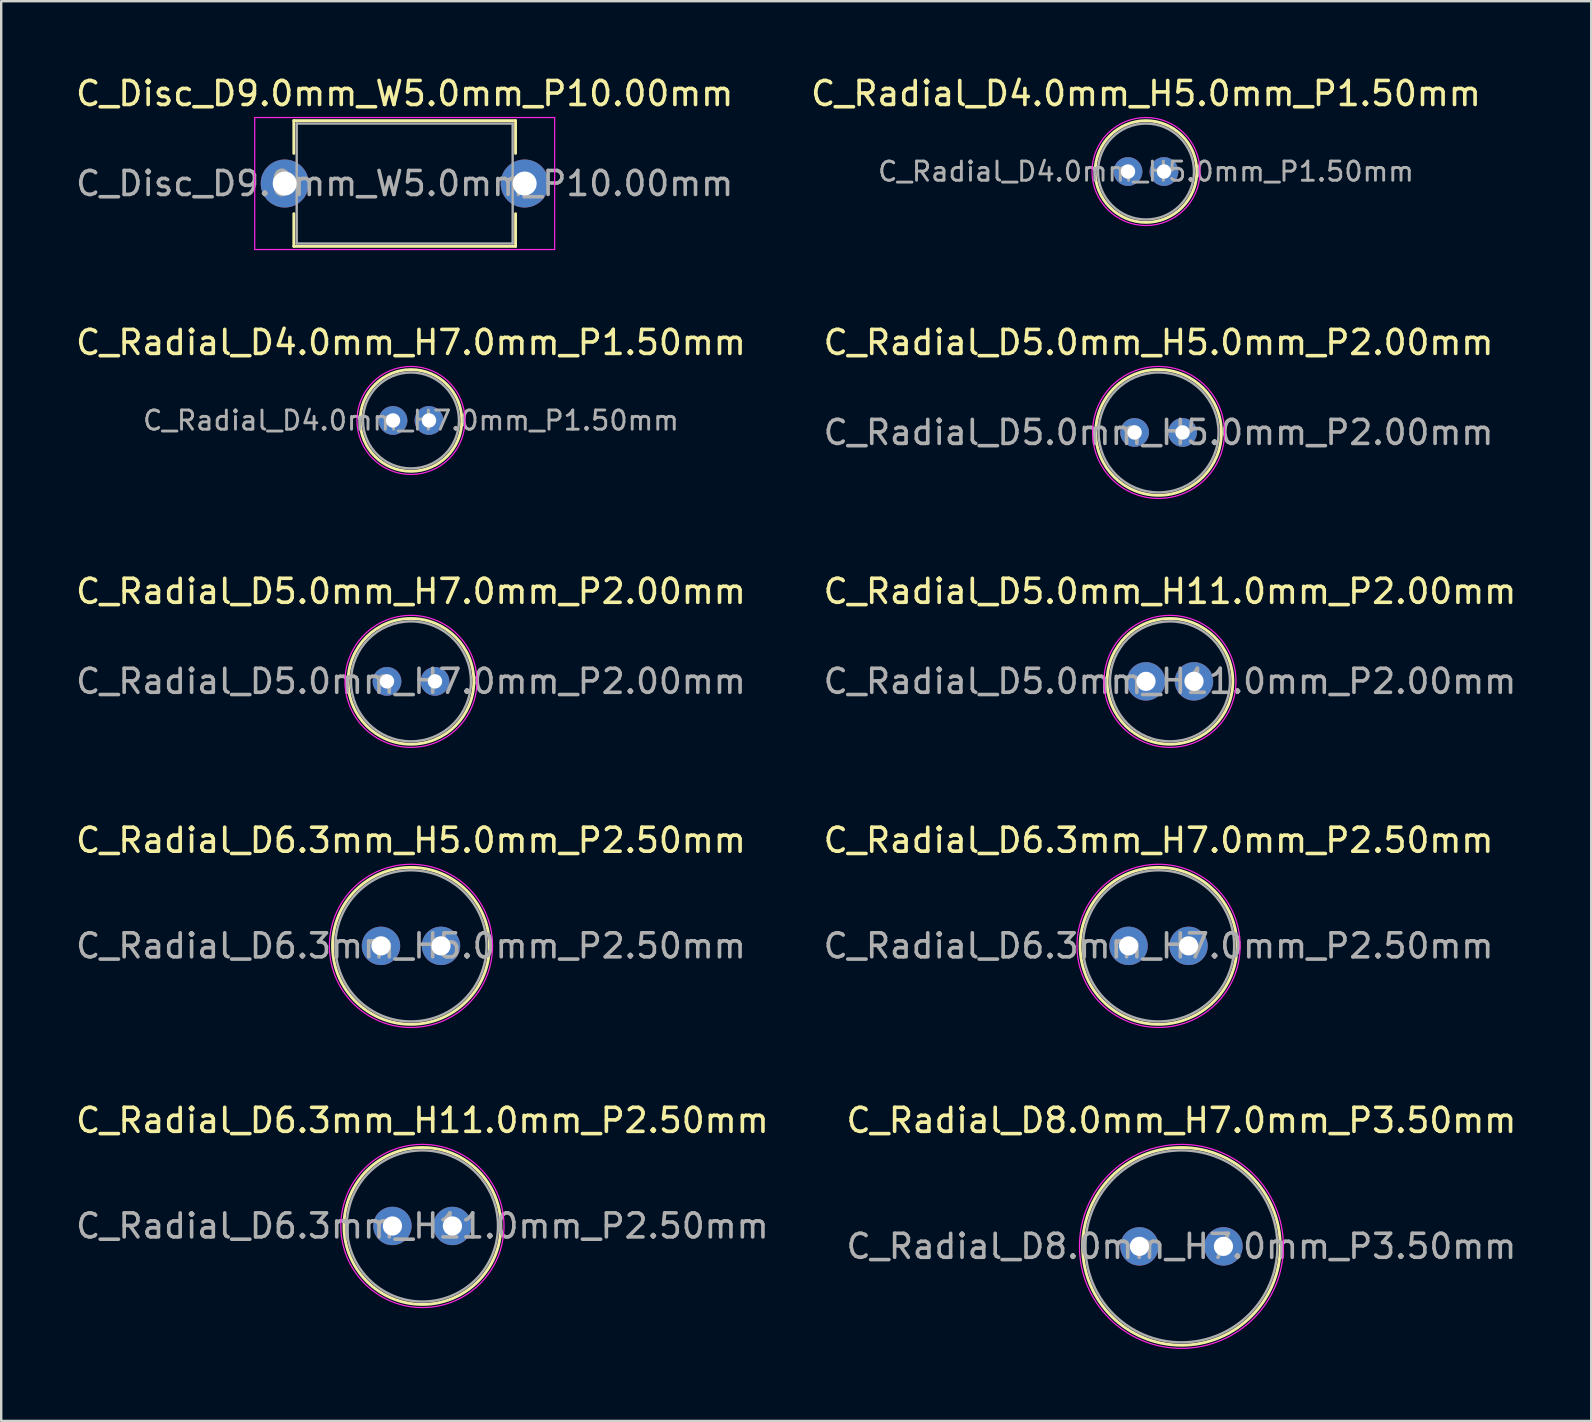
<source format=kicad_pcb>
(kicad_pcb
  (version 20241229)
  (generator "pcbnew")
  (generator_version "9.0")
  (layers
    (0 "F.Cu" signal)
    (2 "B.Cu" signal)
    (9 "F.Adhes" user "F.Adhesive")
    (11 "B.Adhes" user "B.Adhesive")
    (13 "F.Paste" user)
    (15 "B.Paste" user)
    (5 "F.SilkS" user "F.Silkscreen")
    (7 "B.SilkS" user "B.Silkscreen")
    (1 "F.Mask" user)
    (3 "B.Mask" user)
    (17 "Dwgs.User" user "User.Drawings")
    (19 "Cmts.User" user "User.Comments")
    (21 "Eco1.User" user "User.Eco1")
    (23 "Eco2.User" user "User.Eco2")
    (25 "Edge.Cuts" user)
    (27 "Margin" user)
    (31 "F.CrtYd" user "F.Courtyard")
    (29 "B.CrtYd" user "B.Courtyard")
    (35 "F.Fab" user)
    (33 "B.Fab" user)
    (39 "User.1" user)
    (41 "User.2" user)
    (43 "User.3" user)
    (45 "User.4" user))
  (footprint "C_Radial_D6.3mm_H11.0mm_P2.50mm"
    (layer "F.Cu")
    (at 13.304 48.041)
    (property "Reference" "C_Radial_D6.3mm_H11.0mm_P2.50mm" (at 1.25 -4.4 0) (layer "F.SilkS") (effects (font (size 1 1) (thickness 0.15))))
    (attr through_hole)
    (fp_circle (center 1.25 0) (end 4.52 0) (stroke (width 0.12) (type solid)) (fill no) (layer "F.SilkS"))
    (fp_circle (center 1.25 0) (end 4.65 0) (stroke (width 0.05) (type solid)) (fill no) (layer "F.CrtYd"))
    (fp_circle (center 1.25 0) (end 4.4 0) (stroke (width 0.1) (type solid)) (fill no) (layer "F.Fab"))
    (fp_text user "${REFERENCE}" (at 1.25 0 0) (layer "F.Fab") (effects (font (size 1 1) (thickness 0.15))))
    (pad "1" thru_hole circle (at 0 0) (size 1.6 1.6) (drill 0.8) (layers "*.Cu" "*.Mask"))
    (pad "2" thru_hole circle (at 2.5 0) (size 1.6 1.6) (drill 0.8) (layers "*.Cu" "*.Mask")))
  (footprint "C_Radial_D6.3mm_H5.0mm_P2.50mm"
    (layer "F.Cu")
    (at 12.827 36.368)
    (property "Reference" "C_Radial_D6.3mm_H5.0mm_P2.50mm" (at 1.25 -4.4 0) (layer "F.SilkS") (effects (font (size 1 1) (thickness 0.15))))
    (attr through_hole)
    (fp_circle (center 1.25 0) (end 4.52 0) (stroke (width 0.12) (type solid)) (fill no) (layer "F.SilkS"))
    (fp_circle (center 1.25 0) (end 4.65 0) (stroke (width 0.05) (type solid)) (fill no) (layer "F.CrtYd"))
    (fp_circle (center 1.25 0) (end 4.4 0) (stroke (width 0.1) (type solid)) (fill no) (layer "F.Fab"))
    (fp_text user "${REFERENCE}" (at 1.25 0 0) (layer "F.Fab") (effects (font (size 1 1) (thickness 0.15))))
    (pad "1" thru_hole circle (at 0 0) (size 1.6 1.6) (drill 0.8) (layers "*.Cu" "*.Mask"))
    (pad "2" thru_hole circle (at 2.5 0) (size 1.6 1.6) (drill 0.8) (layers "*.Cu" "*.Mask")))
  (footprint "C_Radial_D5.0mm_H7.0mm_P2.00mm"
    (layer "F.Cu")
    (at 13.077 25.345)
    (property "Reference" "C_Radial_D5.0mm_H7.0mm_P2.00mm" (at 1 -3.75 0) (layer "F.SilkS") (effects (font (size 1 1) (thickness 0.15))))
    (attr through_hole)
    (fp_circle (center 1 0) (end 3.62 0) (stroke (width 0.12) (type solid)) (fill no) (layer "F.SilkS"))
    (fp_circle (center 1 0) (end 3.75 0) (stroke (width 0.05) (type solid)) (fill no) (layer "F.CrtYd"))
    (fp_circle (center 1 0) (end 3.5 0) (stroke (width 0.1) (type solid)) (fill no) (layer "F.Fab"))
    (fp_text user "${REFERENCE}" (at 1 0 0) (layer "F.Fab") (effects (font (size 1 1) (thickness 0.15))))
    (pad "1" thru_hole circle (at 0 0) (size 1.2 1.2) (drill 0.6) (layers "*.Cu" "*.Mask"))
    (pad "2" thru_hole circle (at 2 0) (size 1.2 1.2) (drill 0.6) (layers "*.Cu" "*.Mask")))
  (footprint "C_Radial_D6.3mm_H7.0mm_P2.50mm"
    (layer "F.Cu")
    (at 43.982 36.368)
    (property "Reference" "C_Radial_D6.3mm_H7.0mm_P2.50mm" (at 1.25 -4.4 0) (layer "F.SilkS") (effects (font (size 1 1) (thickness 0.15))))
    (attr through_hole)
    (fp_circle (center 1.25 0) (end 4.52 0) (stroke (width 0.12) (type solid)) (fill no) (layer "F.SilkS"))
    (fp_circle (center 1.25 0) (end 4.65 0) (stroke (width 0.05) (type solid)) (fill no) (layer "F.CrtYd"))
    (fp_circle (center 1.25 0) (end 4.4 0) (stroke (width 0.1) (type solid)) (fill no) (layer "F.Fab"))
    (fp_text user "${REFERENCE}" (at 1.25 0 0) (layer "F.Fab") (effects (font (size 1 1) (thickness 0.15))))
    (pad "1" thru_hole circle (at 0 0) (size 1.6 1.6) (drill 0.8) (layers "*.Cu" "*.Mask"))
    (pad "2" thru_hole circle (at 2.5 0) (size 1.6 1.6) (drill 0.8) (layers "*.Cu" "*.Mask")))
  (footprint "C_Radial_D4.0mm_H5.0mm_P1.50mm"
    (layer "F.Cu")
    (at 43.958 4.098)
    (property "Reference" "C_Radial_D4.0mm_H5.0mm_P1.50mm" (at 0.75 -3.25 0) (layer "F.SilkS") (effects (font (size 1 1) (thickness 0.15))))
    (attr through_hole)
    (fp_circle (center 0.75 0) (end 2.87 0) (stroke (width 0.12) (type solid)) (fill no) (layer "F.SilkS"))
    (fp_circle (center 0.75 0) (end 3 0) (stroke (width 0.05) (type solid)) (fill no) (layer "F.CrtYd"))
    (fp_circle (center 0.75 0) (end 2.75 0) (stroke (width 0.1) (type solid)) (fill no) (layer "F.Fab"))
    (fp_text user "${REFERENCE}" (at 0.75 0 0) (layer "F.Fab") (effects (font (size 0.8 0.8) (thickness 0.12))))
    (pad "1" thru_hole circle (at 0 0) (size 1.2 1.2) (drill 0.6) (layers "*.Cu" "*.Mask"))
    (pad "2" thru_hole circle (at 1.5 0) (size 1.2 1.2) (drill 0.6) (layers "*.Cu" "*.Mask")))
  (footprint "C_Radial_D4.0mm_H7.0mm_P1.50mm"
    (layer "F.Cu")
    (at 13.327 14.472)
    (property "Reference" "C_Radial_D4.0mm_H7.0mm_P1.50mm" (at 0.75 -3.25 0) (layer "F.SilkS") (effects (font (size 1 1) (thickness 0.15))))
    (attr through_hole)
    (fp_circle (center 0.75 0) (end 2.87 0) (stroke (width 0.12) (type solid)) (fill no) (layer "F.SilkS"))
    (fp_circle (center 0.75 0) (end 3 0) (stroke (width 0.05) (type solid)) (fill no) (layer "F.CrtYd"))
    (fp_circle (center 0.75 0) (end 2.75 0) (stroke (width 0.1) (type solid)) (fill no) (layer "F.Fab"))
    (fp_text user "${REFERENCE}" (at 0.75 0 0) (layer "F.Fab") (effects (font (size 0.8 0.8) (thickness 0.12))))
    (pad "1" thru_hole circle (at 0 0) (size 1.2 1.2) (drill 0.6) (layers "*.Cu" "*.Mask"))
    (pad "2" thru_hole circle (at 1.5 0) (size 1.2 1.2) (drill 0.6) (layers "*.Cu" "*.Mask")))
  (footprint "C_Disc_D9.0mm_W5.0mm_P10.00mm"
    (layer "F.Cu")
    (at 8.815 4.598)
    (property "Reference" "C_Disc_D9.0mm_W5.0mm_P10.00mm" (at 5 -3.75 0) (layer "F.SilkS") (effects (font (size 1 1) (thickness 0.15))))
    (attr through_hole)
    (fp_line (start 0.38 -2.62) (end 0.38 -1.256) (stroke (width 0.12) (type solid)) (layer "F.SilkS"))
    (fp_line (start 0.38 -2.62) (end 9.62 -2.62) (stroke (width 0.12) (type solid)) (layer "F.SilkS"))
    (fp_line (start 0.38 1.256) (end 0.38 2.62) (stroke (width 0.12) (type solid)) (layer "F.SilkS"))
    (fp_line (start 0.38 2.62) (end 9.62 2.62) (stroke (width 0.12) (type solid)) (layer "F.SilkS"))
    (fp_line (start 9.62 -2.62) (end 9.62 -1.256) (stroke (width 0.12) (type solid)) (layer "F.SilkS"))
    (fp_line (start 9.62 1.256) (end 9.62 2.62) (stroke (width 0.12) (type solid)) (layer "F.SilkS"))
    (fp_line (start -1.25 -2.75) (end -1.25 2.75) (stroke (width 0.05) (type solid)) (layer "F.CrtYd"))
    (fp_line (start -1.25 2.75) (end 11.25 2.75) (stroke (width 0.05) (type solid)) (layer "F.CrtYd"))
    (fp_line (start 11.25 -2.75) (end -1.25 -2.75) (stroke (width 0.05) (type solid)) (layer "F.CrtYd"))
    (fp_line (start 11.25 2.75) (end 11.25 -2.75) (stroke (width 0.05) (type solid)) (layer "F.CrtYd"))
    (fp_line (start 0.5 -2.5) (end 0.5 2.5) (stroke (width 0.1) (type solid)) (layer "F.Fab"))
    (fp_line (start 0.5 2.5) (end 9.5 2.5) (stroke (width 0.1) (type solid)) (layer "F.Fab"))
    (fp_line (start 9.5 -2.5) (end 0.5 -2.5) (stroke (width 0.1) (type solid)) (layer "F.Fab"))
    (fp_line (start 9.5 2.5) (end 9.5 -2.5) (stroke (width 0.1) (type solid)) (layer "F.Fab"))
    (fp_text user "${REFERENCE}" (at 5 0 0) (layer "F.Fab") (effects (font (size 1 1) (thickness 0.15))))
    (pad "1" thru_hole circle (at 0 0) (size 2 2) (drill 1) (layers "*.Cu" "*.Mask"))
    (pad "2" thru_hole circle (at 10 0) (size 2 2) (drill 1) (layers "*.Cu" "*.Mask")))
  (footprint "C_Radial_D5.0mm_H11.0mm_P2.00mm"
    (layer "F.Cu")
    (at 44.708 25.345)
    (property "Reference" "C_Radial_D5.0mm_H11.0mm_P2.00mm" (at 1 -3.75 0) (layer "F.SilkS") (effects (font (size 1 1) (thickness 0.15))))
    (attr through_hole)
    (fp_circle (center 1 0) (end 3.62 0) (stroke (width 0.12) (type solid)) (fill no) (layer "F.SilkS"))
    (fp_circle (center 1 0) (end 3.75 0) (stroke (width 0.05) (type solid)) (fill no) (layer "F.CrtYd"))
    (fp_circle (center 1 0) (end 3.5 0) (stroke (width 0.1) (type solid)) (fill no) (layer "F.Fab"))
    (fp_text user "${REFERENCE}" (at 1 0 0) (layer "F.Fab") (effects (font (size 1 1) (thickness 0.15))))
    (pad "1" thru_hole circle (at 0 0) (size 1.6 1.6) (drill 0.8) (layers "*.Cu" "*.Mask"))
    (pad "2" thru_hole circle (at 2 0) (size 1.6 1.6) (drill 0.8) (layers "*.Cu" "*.Mask")))
  (footprint "C_Radial_D5.0mm_H5.0mm_P2.00mm"
    (layer "F.Cu")
    (at 44.232 14.972)
    (property "Reference" "C_Radial_D5.0mm_H5.0mm_P2.00mm" (at 1 -3.75 0) (layer "F.SilkS") (effects (font (size 1 1) (thickness 0.15))))
    (attr through_hole)
    (fp_circle (center 1 0) (end 3.62 0) (stroke (width 0.12) (type solid)) (fill no) (layer "F.SilkS"))
    (fp_circle (center 1 0) (end 3.75 0) (stroke (width 0.05) (type solid)) (fill no) (layer "F.CrtYd"))
    (fp_circle (center 1 0) (end 3.5 0) (stroke (width 0.1) (type solid)) (fill no) (layer "F.Fab"))
    (fp_text user "${REFERENCE}" (at 1 0 0) (layer "F.Fab") (effects (font (size 1 1) (thickness 0.15))))
    (pad "1" thru_hole circle (at 0 0) (size 1.2 1.2) (drill 0.6) (layers "*.Cu" "*.Mask"))
    (pad "2" thru_hole circle (at 2 0) (size 1.2 1.2) (drill 0.6) (layers "*.Cu" "*.Mask")))
  (footprint "C_Radial_D8.0mm_H7.0mm_P3.50mm"
    (layer "F.Cu")
    (at 44.435 48.891)
    (property "Reference" "C_Radial_D8.0mm_H7.0mm_P3.50mm" (at 1.75 -5.25 0) (layer "F.SilkS") (effects (font (size 1 1) (thickness 0.15))))
    (attr through_hole)
    (fp_circle (center 1.75 0) (end 5.87 0) (stroke (width 0.12) (type solid)) (fill no) (layer "F.SilkS"))
    (fp_circle (center 1.75 0) (end 6 0) (stroke (width 0.05) (type solid)) (fill no) (layer "F.CrtYd"))
    (fp_circle (center 1.75 0) (end 5.75 0) (stroke (width 0.1) (type solid)) (fill no) (layer "F.Fab"))
    (fp_text user "${REFERENCE}" (at 1.75 0 0) (layer "F.Fab") (effects (font (size 1 1) (thickness 0.15))))
    (pad "1" thru_hole circle (at 0 0) (size 1.6 1.6) (drill 0.8) (layers "*.Cu" "*.Mask"))
    (pad "2" thru_hole circle (at 3.5 0) (size 1.6 1.6) (drill 0.8) (layers "*.Cu" "*.Mask")))
  (gr_rect
    (start -3 -3)
    (end 63.262 56.166)
    (stroke (width 0.1) (type default))
    (fill no)
    (layer "Edge.Cuts")))
</source>
